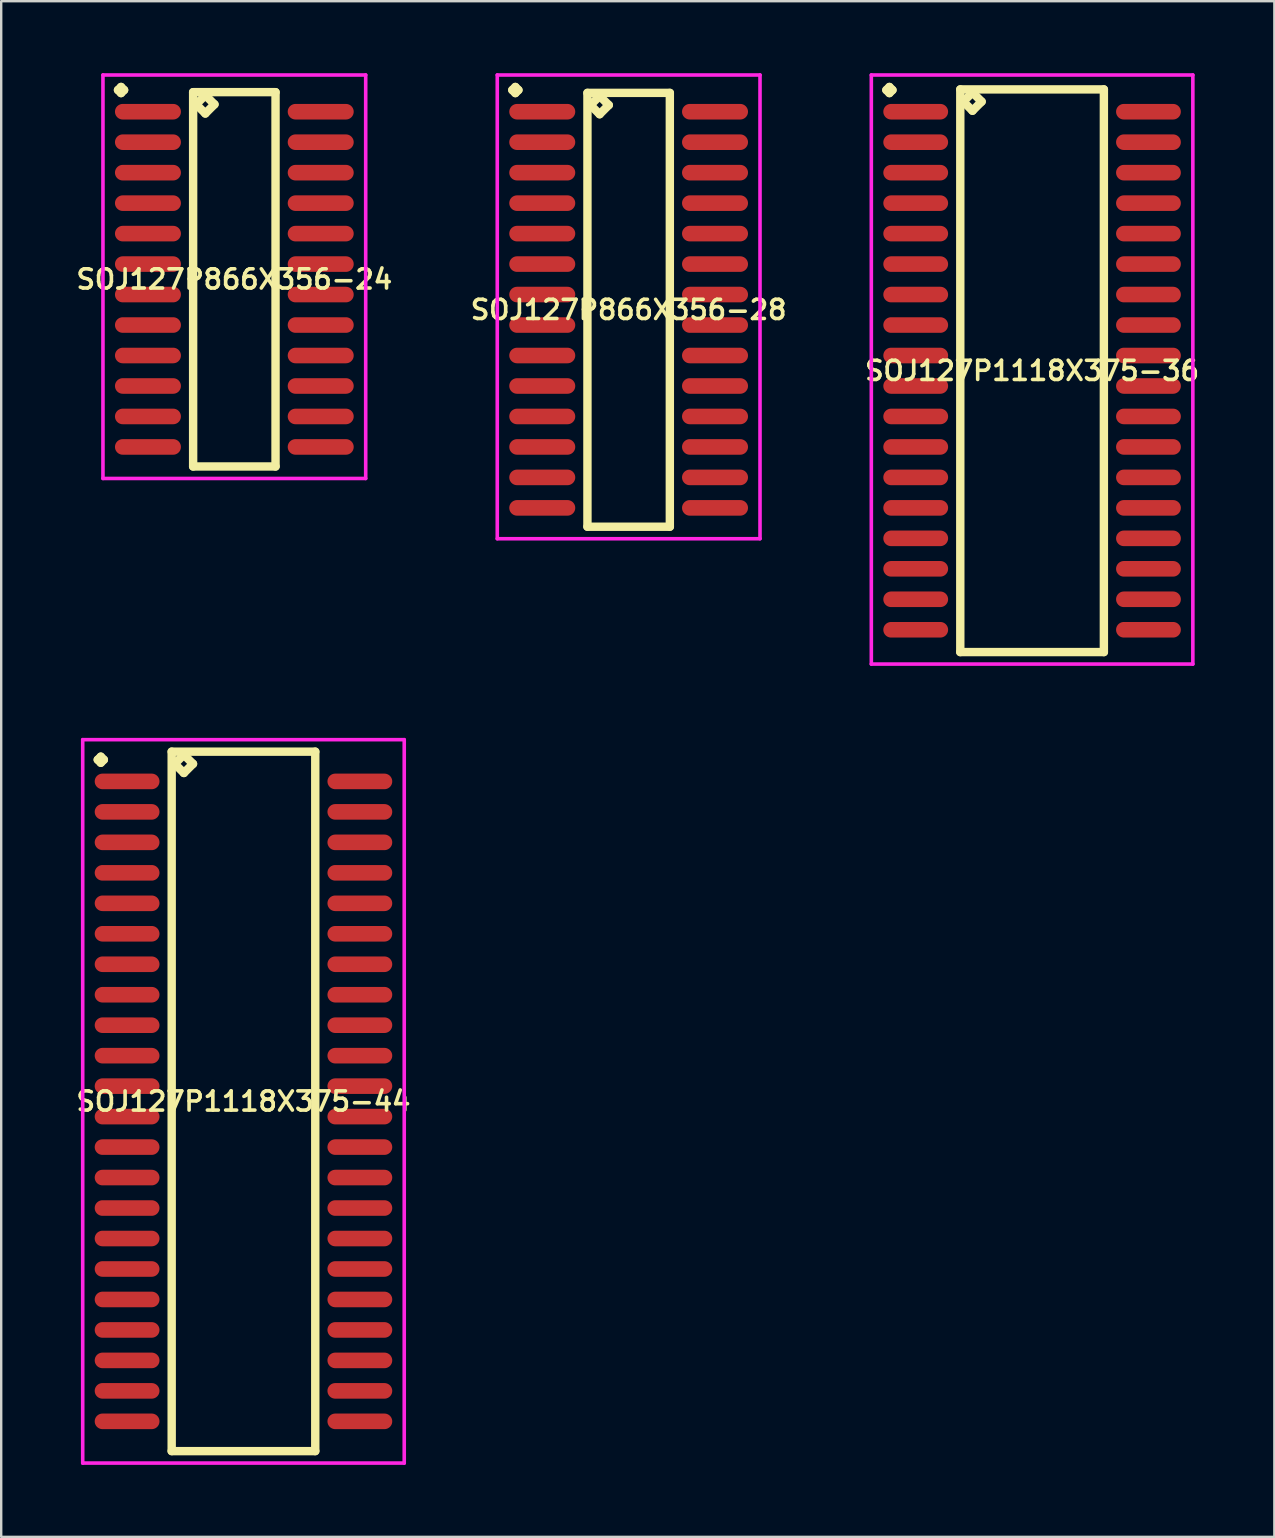
<source format=kicad_pcb>
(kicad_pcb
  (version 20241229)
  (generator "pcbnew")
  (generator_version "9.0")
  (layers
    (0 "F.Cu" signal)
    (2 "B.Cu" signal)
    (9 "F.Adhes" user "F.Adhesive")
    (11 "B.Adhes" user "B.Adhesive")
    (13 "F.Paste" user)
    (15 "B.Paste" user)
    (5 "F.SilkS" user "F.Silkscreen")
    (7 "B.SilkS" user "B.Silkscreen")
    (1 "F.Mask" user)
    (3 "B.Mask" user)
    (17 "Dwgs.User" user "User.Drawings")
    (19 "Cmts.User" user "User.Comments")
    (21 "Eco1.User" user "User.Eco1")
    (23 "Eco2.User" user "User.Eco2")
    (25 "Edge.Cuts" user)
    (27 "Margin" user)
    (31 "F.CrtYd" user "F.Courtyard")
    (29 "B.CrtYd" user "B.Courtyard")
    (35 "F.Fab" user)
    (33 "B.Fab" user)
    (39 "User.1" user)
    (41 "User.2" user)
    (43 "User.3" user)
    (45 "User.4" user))
  (footprint "SOJ127P1118X375-44"
    (layer "F.Cu")
    (at 7.097 42.851)
    (property "Reference" "SOJ127P1118X375-44" (at 0 0 0) (layer "F.SilkS") (effects (font (size 0.8 0.8) (thickness 0.15))))
    (attr smd)
    (fp_line (start -6.073 -14.239) (end -5.946 -14.366) (stroke (width 0.35) (type solid)) (layer "F.SilkS"))
    (fp_line (start -5.946 -14.366) (end -5.819 -14.239) (stroke (width 0.35) (type solid)) (layer "F.SilkS"))
    (fp_line (start -5.946 -14.112) (end -6.073 -14.239) (stroke (width 0.35) (type solid)) (layer "F.SilkS"))
    (fp_line (start -5.819 -14.239) (end -5.946 -14.112) (stroke (width 0.35) (type solid)) (layer "F.SilkS"))
    (fp_line (start -2.992 -14.575) (end -2.992 14.575) (stroke (width 0.35) (type solid)) (layer "F.SilkS"))
    (fp_line (start -2.992 14.575) (end 2.992 14.575) (stroke (width 0.35) (type solid)) (layer "F.SilkS"))
    (fp_line (start -2.865 -14.067) (end -2.484 -14.448) (stroke (width 0.35) (type solid)) (layer "F.SilkS"))
    (fp_line (start -2.484 -14.448) (end -2.103 -14.067) (stroke (width 0.35) (type solid)) (layer "F.SilkS"))
    (fp_line (start -2.484 -13.686) (end -2.865 -14.067) (stroke (width 0.35) (type solid)) (layer "F.SilkS"))
    (fp_line (start -2.103 -14.067) (end -2.484 -13.686) (stroke (width 0.35) (type solid)) (layer "F.SilkS"))
    (fp_line (start 2.992 -14.575) (end -2.992 -14.575) (stroke (width 0.35) (type solid)) (layer "F.SilkS"))
    (fp_line (start 2.992 14.575) (end 2.992 -14.575) (stroke (width 0.35) (type solid)) (layer "F.SilkS"))
    (fp_line (start -6.7 -15.075) (end 6.7 -15.075) (stroke (width 0.15) (type solid)) (layer "F.CrtYd"))
    (fp_line (start -6.7 15.075) (end -6.7 -15.075) (stroke (width 0.15) (type solid)) (layer "F.CrtYd"))
    (fp_line (start 6.7 -15.075) (end 6.7 15.075) (stroke (width 0.15) (type solid)) (layer "F.CrtYd"))
    (fp_line (start 6.7 15.075) (end -6.7 15.075) (stroke (width 0.15) (type solid)) (layer "F.CrtYd"))
    (pad "1" smd oval (at -4.85 -13.335) (size 2.7 0.65) (layers "F.Cu" "F.Mask" "F.Paste"))
    (pad "2" smd oval (at -4.85 -12.065) (size 2.7 0.65) (layers "F.Cu" "F.Mask" "F.Paste"))
    (pad "3" smd oval (at -4.85 -10.795) (size 2.7 0.65) (layers "F.Cu" "F.Mask" "F.Paste"))
    (pad "4" smd oval (at -4.85 -9.525) (size 2.7 0.65) (layers "F.Cu" "F.Mask" "F.Paste"))
    (pad "5" smd oval (at -4.85 -8.255) (size 2.7 0.65) (layers "F.Cu" "F.Mask" "F.Paste"))
    (pad "6" smd oval (at -4.85 -6.985) (size 2.7 0.65) (layers "F.Cu" "F.Mask" "F.Paste"))
    (pad "7" smd oval (at -4.85 -5.715) (size 2.7 0.65) (layers "F.Cu" "F.Mask" "F.Paste"))
    (pad "8" smd oval (at -4.85 -4.445) (size 2.7 0.65) (layers "F.Cu" "F.Mask" "F.Paste"))
    (pad "9" smd oval (at -4.85 -3.175) (size 2.7 0.65) (layers "F.Cu" "F.Mask" "F.Paste"))
    (pad "10" smd oval (at -4.85 -1.905) (size 2.7 0.65) (layers "F.Cu" "F.Mask" "F.Paste"))
    (pad "11" smd oval (at -4.85 -0.635) (size 2.7 0.65) (layers "F.Cu" "F.Mask" "F.Paste"))
    (pad "12" smd oval (at -4.85 0.635) (size 2.7 0.65) (layers "F.Cu" "F.Mask" "F.Paste"))
    (pad "13" smd oval (at -4.85 1.905) (size 2.7 0.65) (layers "F.Cu" "F.Mask" "F.Paste"))
    (pad "14" smd oval (at -4.85 3.175) (size 2.7 0.65) (layers "F.Cu" "F.Mask" "F.Paste"))
    (pad "15" smd oval (at -4.85 4.445) (size 2.7 0.65) (layers "F.Cu" "F.Mask" "F.Paste"))
    (pad "16" smd oval (at -4.85 5.715) (size 2.7 0.65) (layers "F.Cu" "F.Mask" "F.Paste"))
    (pad "17" smd oval (at -4.85 6.985) (size 2.7 0.65) (layers "F.Cu" "F.Mask" "F.Paste"))
    (pad "18" smd oval (at -4.85 8.255) (size 2.7 0.65) (layers "F.Cu" "F.Mask" "F.Paste"))
    (pad "19" smd oval (at -4.85 9.525) (size 2.7 0.65) (layers "F.Cu" "F.Mask" "F.Paste"))
    (pad "20" smd oval (at -4.85 10.795) (size 2.7 0.65) (layers "F.Cu" "F.Mask" "F.Paste"))
    (pad "21" smd oval (at -4.85 12.065) (size 2.7 0.65) (layers "F.Cu" "F.Mask" "F.Paste"))
    (pad "22" smd oval (at -4.85 13.335) (size 2.7 0.65) (layers "F.Cu" "F.Mask" "F.Paste"))
    (pad "23" smd oval (at 4.85 13.335) (size 2.7 0.65) (layers "F.Cu" "F.Mask" "F.Paste"))
    (pad "24" smd oval (at 4.85 12.065) (size 2.7 0.65) (layers "F.Cu" "F.Mask" "F.Paste"))
    (pad "25" smd oval (at 4.85 10.795) (size 2.7 0.65) (layers "F.Cu" "F.Mask" "F.Paste"))
    (pad "26" smd oval (at 4.85 9.525) (size 2.7 0.65) (layers "F.Cu" "F.Mask" "F.Paste"))
    (pad "27" smd oval (at 4.85 8.255) (size 2.7 0.65) (layers "F.Cu" "F.Mask" "F.Paste"))
    (pad "28" smd oval (at 4.85 6.985) (size 2.7 0.65) (layers "F.Cu" "F.Mask" "F.Paste"))
    (pad "29" smd oval (at 4.85 5.715) (size 2.7 0.65) (layers "F.Cu" "F.Mask" "F.Paste"))
    (pad "30" smd oval (at 4.85 4.445) (size 2.7 0.65) (layers "F.Cu" "F.Mask" "F.Paste"))
    (pad "31" smd oval (at 4.85 3.175) (size 2.7 0.65) (layers "F.Cu" "F.Mask" "F.Paste"))
    (pad "32" smd oval (at 4.85 1.905) (size 2.7 0.65) (layers "F.Cu" "F.Mask" "F.Paste"))
    (pad "33" smd oval (at 4.85 0.635) (size 2.7 0.65) (layers "F.Cu" "F.Mask" "F.Paste"))
    (pad "34" smd oval (at 4.85 -0.635) (size 2.7 0.65) (layers "F.Cu" "F.Mask" "F.Paste"))
    (pad "35" smd oval (at 4.85 -1.905) (size 2.7 0.65) (layers "F.Cu" "F.Mask" "F.Paste"))
    (pad "36" smd oval (at 4.85 -3.175) (size 2.7 0.65) (layers "F.Cu" "F.Mask" "F.Paste"))
    (pad "37" smd oval (at 4.85 -4.445) (size 2.7 0.65) (layers "F.Cu" "F.Mask" "F.Paste"))
    (pad "38" smd oval (at 4.85 -5.715) (size 2.7 0.65) (layers "F.Cu" "F.Mask" "F.Paste"))
    (pad "39" smd oval (at 4.85 -6.985) (size 2.7 0.65) (layers "F.Cu" "F.Mask" "F.Paste"))
    (pad "40" smd oval (at 4.85 -8.255) (size 2.7 0.65) (layers "F.Cu" "F.Mask" "F.Paste"))
    (pad "41" smd oval (at 4.85 -9.525) (size 2.7 0.65) (layers "F.Cu" "F.Mask" "F.Paste"))
    (pad "42" smd oval (at 4.85 -10.795) (size 2.7 0.65) (layers "F.Cu" "F.Mask" "F.Paste"))
    (pad "43" smd oval (at 4.85 -12.065) (size 2.7 0.65) (layers "F.Cu" "F.Mask" "F.Paste"))
    (pad "44" smd oval (at 4.85 -13.335) (size 2.7 0.65) (layers "F.Cu" "F.Mask" "F.Paste")))
  (footprint "SOJ127P866X356-28"
    (layer "F.Cu")
    (at 23.149 9.861)
    (property "Reference" "SOJ127P866X356-28" (at 0 0 0) (layer "F.SilkS") (effects (font (size 0.8 0.8) (thickness 0.15))))
    (attr smd)
    (fp_line (start -4.848 -9.159) (end -4.721 -9.286) (stroke (width 0.35) (type solid)) (layer "F.SilkS"))
    (fp_line (start -4.721 -9.286) (end -4.594 -9.159) (stroke (width 0.35) (type solid)) (layer "F.SilkS"))
    (fp_line (start -4.721 -9.032) (end -4.848 -9.159) (stroke (width 0.35) (type solid)) (layer "F.SilkS"))
    (fp_line (start -4.594 -9.159) (end -4.721 -9.032) (stroke (width 0.35) (type solid)) (layer "F.SilkS"))
    (fp_line (start -1.717 -9.04) (end -1.717 9.04) (stroke (width 0.35) (type solid)) (layer "F.SilkS"))
    (fp_line (start -1.717 9.04) (end 1.717 9.04) (stroke (width 0.35) (type solid)) (layer "F.SilkS"))
    (fp_line (start -1.59 -8.532) (end -1.209 -8.913) (stroke (width 0.35) (type solid)) (layer "F.SilkS"))
    (fp_line (start -1.209 -8.913) (end -0.828 -8.532) (stroke (width 0.35) (type solid)) (layer "F.SilkS"))
    (fp_line (start -1.209 -8.151) (end -1.59 -8.532) (stroke (width 0.35) (type solid)) (layer "F.SilkS"))
    (fp_line (start -0.828 -8.532) (end -1.209 -8.151) (stroke (width 0.35) (type solid)) (layer "F.SilkS"))
    (fp_line (start 1.717 -9.04) (end -1.717 -9.04) (stroke (width 0.35) (type solid)) (layer "F.SilkS"))
    (fp_line (start 1.717 9.04) (end 1.717 -9.04) (stroke (width 0.35) (type solid)) (layer "F.SilkS"))
    (fp_line (start -5.475 -9.786) (end 5.475 -9.786) (stroke (width 0.15) (type solid)) (layer "F.CrtYd"))
    (fp_line (start -5.475 9.54) (end -5.475 -9.786) (stroke (width 0.15) (type solid)) (layer "F.CrtYd"))
    (fp_line (start 5.475 -9.786) (end 5.475 9.54) (stroke (width 0.15) (type solid)) (layer "F.CrtYd"))
    (fp_line (start 5.475 9.54) (end -5.475 9.54) (stroke (width 0.15) (type solid)) (layer "F.CrtYd"))
    (pad "1" smd oval (at -3.6 -8.255) (size 2.75 0.65) (layers "F.Cu" "F.Mask" "F.Paste"))
    (pad "2" smd oval (at -3.6 -6.985) (size 2.75 0.65) (layers "F.Cu" "F.Mask" "F.Paste"))
    (pad "3" smd oval (at -3.6 -5.715) (size 2.75 0.65) (layers "F.Cu" "F.Mask" "F.Paste"))
    (pad "4" smd oval (at -3.6 -4.445) (size 2.75 0.65) (layers "F.Cu" "F.Mask" "F.Paste"))
    (pad "5" smd oval (at -3.6 -3.175) (size 2.75 0.65) (layers "F.Cu" "F.Mask" "F.Paste"))
    (pad "6" smd oval (at -3.6 -1.905) (size 2.75 0.65) (layers "F.Cu" "F.Mask" "F.Paste"))
    (pad "7" smd oval (at -3.6 -0.635) (size 2.75 0.65) (layers "F.Cu" "F.Mask" "F.Paste"))
    (pad "8" smd oval (at -3.6 0.635) (size 2.75 0.65) (layers "F.Cu" "F.Mask" "F.Paste"))
    (pad "9" smd oval (at -3.6 1.905) (size 2.75 0.65) (layers "F.Cu" "F.Mask" "F.Paste"))
    (pad "10" smd oval (at -3.6 3.175) (size 2.75 0.65) (layers "F.Cu" "F.Mask" "F.Paste"))
    (pad "11" smd oval (at -3.6 4.445) (size 2.75 0.65) (layers "F.Cu" "F.Mask" "F.Paste"))
    (pad "12" smd oval (at -3.6 5.715) (size 2.75 0.65) (layers "F.Cu" "F.Mask" "F.Paste"))
    (pad "13" smd oval (at -3.6 6.985) (size 2.75 0.65) (layers "F.Cu" "F.Mask" "F.Paste"))
    (pad "14" smd oval (at -3.6 8.255) (size 2.75 0.65) (layers "F.Cu" "F.Mask" "F.Paste"))
    (pad "15" smd oval (at 3.6 8.255) (size 2.75 0.65) (layers "F.Cu" "F.Mask" "F.Paste"))
    (pad "16" smd oval (at 3.6 6.985) (size 2.75 0.65) (layers "F.Cu" "F.Mask" "F.Paste"))
    (pad "17" smd oval (at 3.6 5.715) (size 2.75 0.65) (layers "F.Cu" "F.Mask" "F.Paste"))
    (pad "18" smd oval (at 3.6 4.445) (size 2.75 0.65) (layers "F.Cu" "F.Mask" "F.Paste"))
    (pad "19" smd oval (at 3.6 3.175) (size 2.75 0.65) (layers "F.Cu" "F.Mask" "F.Paste"))
    (pad "20" smd oval (at 3.6 1.905) (size 2.75 0.65) (layers "F.Cu" "F.Mask" "F.Paste"))
    (pad "21" smd oval (at 3.6 0.635) (size 2.75 0.65) (layers "F.Cu" "F.Mask" "F.Paste"))
    (pad "22" smd oval (at 3.6 -0.635) (size 2.75 0.65) (layers "F.Cu" "F.Mask" "F.Paste"))
    (pad "23" smd oval (at 3.6 -1.905) (size 2.75 0.65) (layers "F.Cu" "F.Mask" "F.Paste"))
    (pad "24" smd oval (at 3.6 -3.175) (size 2.75 0.65) (layers "F.Cu" "F.Mask" "F.Paste"))
    (pad "25" smd oval (at 3.6 -4.445) (size 2.75 0.65) (layers "F.Cu" "F.Mask" "F.Paste"))
    (pad "26" smd oval (at 3.6 -5.715) (size 2.75 0.65) (layers "F.Cu" "F.Mask" "F.Paste"))
    (pad "27" smd oval (at 3.6 -6.985) (size 2.75 0.65) (layers "F.Cu" "F.Mask" "F.Paste"))
    (pad "28" smd oval (at 3.6 -8.255) (size 2.75 0.65) (layers "F.Cu" "F.Mask" "F.Paste")))
  (footprint "SOJ127P866X356-24"
    (layer "F.Cu")
    (at 6.716 8.591)
    (property "Reference" "SOJ127P866X356-24" (at 0 0 0) (layer "F.SilkS") (effects (font (size 0.8 0.8) (thickness 0.15))))
    (attr smd)
    (fp_line (start -4.848 -7.889) (end -4.721 -8.016) (stroke (width 0.35) (type solid)) (layer "F.SilkS"))
    (fp_line (start -4.721 -8.016) (end -4.594 -7.889) (stroke (width 0.35) (type solid)) (layer "F.SilkS"))
    (fp_line (start -4.721 -7.762) (end -4.848 -7.889) (stroke (width 0.35) (type solid)) (layer "F.SilkS"))
    (fp_line (start -4.594 -7.889) (end -4.721 -7.762) (stroke (width 0.35) (type solid)) (layer "F.SilkS"))
    (fp_line (start -1.717 -7.8) (end -1.717 7.8) (stroke (width 0.35) (type solid)) (layer "F.SilkS"))
    (fp_line (start -1.717 7.8) (end 1.717 7.8) (stroke (width 0.35) (type solid)) (layer "F.SilkS"))
    (fp_line (start -1.59 -7.292) (end -1.209 -7.673) (stroke (width 0.35) (type solid)) (layer "F.SilkS"))
    (fp_line (start -1.209 -7.673) (end -0.828 -7.292) (stroke (width 0.35) (type solid)) (layer "F.SilkS"))
    (fp_line (start -1.209 -6.911) (end -1.59 -7.292) (stroke (width 0.35) (type solid)) (layer "F.SilkS"))
    (fp_line (start -0.828 -7.292) (end -1.209 -6.911) (stroke (width 0.35) (type solid)) (layer "F.SilkS"))
    (fp_line (start 1.717 -7.8) (end -1.717 -7.8) (stroke (width 0.35) (type solid)) (layer "F.SilkS"))
    (fp_line (start 1.717 7.8) (end 1.717 -7.8) (stroke (width 0.35) (type solid)) (layer "F.SilkS"))
    (fp_line (start -5.475 -8.516) (end 5.475 -8.516) (stroke (width 0.15) (type solid)) (layer "F.CrtYd"))
    (fp_line (start -5.475 8.3) (end -5.475 -8.516) (stroke (width 0.15) (type solid)) (layer "F.CrtYd"))
    (fp_line (start 5.475 -8.516) (end 5.475 8.3) (stroke (width 0.15) (type solid)) (layer "F.CrtYd"))
    (fp_line (start 5.475 8.3) (end -5.475 8.3) (stroke (width 0.15) (type solid)) (layer "F.CrtYd"))
    (pad "1" smd oval (at -3.6 -6.985) (size 2.75 0.65) (layers "F.Cu" "F.Mask" "F.Paste"))
    (pad "2" smd oval (at -3.6 -5.715) (size 2.75 0.65) (layers "F.Cu" "F.Mask" "F.Paste"))
    (pad "3" smd oval (at -3.6 -4.445) (size 2.75 0.65) (layers "F.Cu" "F.Mask" "F.Paste"))
    (pad "4" smd oval (at -3.6 -3.175) (size 2.75 0.65) (layers "F.Cu" "F.Mask" "F.Paste"))
    (pad "5" smd oval (at -3.6 -1.905) (size 2.75 0.65) (layers "F.Cu" "F.Mask" "F.Paste"))
    (pad "6" smd oval (at -3.6 -0.635) (size 2.75 0.65) (layers "F.Cu" "F.Mask" "F.Paste"))
    (pad "7" smd oval (at -3.6 0.635) (size 2.75 0.65) (layers "F.Cu" "F.Mask" "F.Paste"))
    (pad "8" smd oval (at -3.6 1.905) (size 2.75 0.65) (layers "F.Cu" "F.Mask" "F.Paste"))
    (pad "9" smd oval (at -3.6 3.175) (size 2.75 0.65) (layers "F.Cu" "F.Mask" "F.Paste"))
    (pad "10" smd oval (at -3.6 4.445) (size 2.75 0.65) (layers "F.Cu" "F.Mask" "F.Paste"))
    (pad "11" smd oval (at -3.6 5.715) (size 2.75 0.65) (layers "F.Cu" "F.Mask" "F.Paste"))
    (pad "12" smd oval (at -3.6 6.985) (size 2.75 0.65) (layers "F.Cu" "F.Mask" "F.Paste"))
    (pad "13" smd oval (at 3.6 6.985) (size 2.75 0.65) (layers "F.Cu" "F.Mask" "F.Paste"))
    (pad "14" smd oval (at 3.6 5.715) (size 2.75 0.65) (layers "F.Cu" "F.Mask" "F.Paste"))
    (pad "15" smd oval (at 3.6 4.445) (size 2.75 0.65) (layers "F.Cu" "F.Mask" "F.Paste"))
    (pad "16" smd oval (at 3.6 3.175) (size 2.75 0.65) (layers "F.Cu" "F.Mask" "F.Paste"))
    (pad "17" smd oval (at 3.6 1.905) (size 2.75 0.65) (layers "F.Cu" "F.Mask" "F.Paste"))
    (pad "18" smd oval (at 3.6 0.635) (size 2.75 0.65) (layers "F.Cu" "F.Mask" "F.Paste"))
    (pad "19" smd oval (at 3.6 -0.635) (size 2.75 0.65) (layers "F.Cu" "F.Mask" "F.Paste"))
    (pad "20" smd oval (at 3.6 -1.905) (size 2.75 0.65) (layers "F.Cu" "F.Mask" "F.Paste"))
    (pad "21" smd oval (at 3.6 -3.175) (size 2.75 0.65) (layers "F.Cu" "F.Mask" "F.Paste"))
    (pad "22" smd oval (at 3.6 -4.445) (size 2.75 0.65) (layers "F.Cu" "F.Mask" "F.Paste"))
    (pad "23" smd oval (at 3.6 -5.715) (size 2.75 0.65) (layers "F.Cu" "F.Mask" "F.Paste"))
    (pad "24" smd oval (at 3.6 -6.985) (size 2.75 0.65) (layers "F.Cu" "F.Mask" "F.Paste")))
  (footprint "SOJ127P1118X375-36"
    (layer "F.Cu")
    (at 39.963 12.401)
    (property "Reference" "SOJ127P1118X375-36" (at 0 0 0) (layer "F.SilkS") (effects (font (size 0.8 0.8) (thickness 0.15))))
    (attr smd)
    (fp_line (start -6.073 -11.699) (end -5.946 -11.826) (stroke (width 0.35) (type solid)) (layer "F.SilkS"))
    (fp_line (start -5.946 -11.826) (end -5.819 -11.699) (stroke (width 0.35) (type solid)) (layer "F.SilkS"))
    (fp_line (start -5.946 -11.572) (end -6.073 -11.699) (stroke (width 0.35) (type solid)) (layer "F.SilkS"))
    (fp_line (start -5.819 -11.699) (end -5.946 -11.572) (stroke (width 0.35) (type solid)) (layer "F.SilkS"))
    (fp_line (start -2.992 -11.725) (end -2.992 11.725) (stroke (width 0.35) (type solid)) (layer "F.SilkS"))
    (fp_line (start -2.992 11.725) (end 2.992 11.725) (stroke (width 0.35) (type solid)) (layer "F.SilkS"))
    (fp_line (start -2.865 -11.217) (end -2.484 -11.598) (stroke (width 0.35) (type solid)) (layer "F.SilkS"))
    (fp_line (start -2.484 -11.598) (end -2.103 -11.217) (stroke (width 0.35) (type solid)) (layer "F.SilkS"))
    (fp_line (start -2.484 -10.836) (end -2.865 -11.217) (stroke (width 0.35) (type solid)) (layer "F.SilkS"))
    (fp_line (start -2.103 -11.217) (end -2.484 -10.836) (stroke (width 0.35) (type solid)) (layer "F.SilkS"))
    (fp_line (start 2.992 -11.725) (end -2.992 -11.725) (stroke (width 0.35) (type solid)) (layer "F.SilkS"))
    (fp_line (start 2.992 11.725) (end 2.992 -11.725) (stroke (width 0.35) (type solid)) (layer "F.SilkS"))
    (fp_line (start -6.7 -12.326) (end 6.7 -12.326) (stroke (width 0.15) (type solid)) (layer "F.CrtYd"))
    (fp_line (start -6.7 12.225) (end -6.7 -12.326) (stroke (width 0.15) (type solid)) (layer "F.CrtYd"))
    (fp_line (start 6.7 -12.326) (end 6.7 12.225) (stroke (width 0.15) (type solid)) (layer "F.CrtYd"))
    (fp_line (start 6.7 12.225) (end -6.7 12.225) (stroke (width 0.15) (type solid)) (layer "F.CrtYd"))
    (pad "1" smd oval (at -4.85 -10.795) (size 2.7 0.65) (layers "F.Cu" "F.Mask" "F.Paste"))
    (pad "2" smd oval (at -4.85 -9.525) (size 2.7 0.65) (layers "F.Cu" "F.Mask" "F.Paste"))
    (pad "3" smd oval (at -4.85 -8.255) (size 2.7 0.65) (layers "F.Cu" "F.Mask" "F.Paste"))
    (pad "4" smd oval (at -4.85 -6.985) (size 2.7 0.65) (layers "F.Cu" "F.Mask" "F.Paste"))
    (pad "5" smd oval (at -4.85 -5.715) (size 2.7 0.65) (layers "F.Cu" "F.Mask" "F.Paste"))
    (pad "6" smd oval (at -4.85 -4.445) (size 2.7 0.65) (layers "F.Cu" "F.Mask" "F.Paste"))
    (pad "7" smd oval (at -4.85 -3.175) (size 2.7 0.65) (layers "F.Cu" "F.Mask" "F.Paste"))
    (pad "8" smd oval (at -4.85 -1.905) (size 2.7 0.65) (layers "F.Cu" "F.Mask" "F.Paste"))
    (pad "9" smd oval (at -4.85 -0.635) (size 2.7 0.65) (layers "F.Cu" "F.Mask" "F.Paste"))
    (pad "10" smd oval (at -4.85 0.635) (size 2.7 0.65) (layers "F.Cu" "F.Mask" "F.Paste"))
    (pad "11" smd oval (at -4.85 1.905) (size 2.7 0.65) (layers "F.Cu" "F.Mask" "F.Paste"))
    (pad "12" smd oval (at -4.85 3.175) (size 2.7 0.65) (layers "F.Cu" "F.Mask" "F.Paste"))
    (pad "13" smd oval (at -4.85 4.445) (size 2.7 0.65) (layers "F.Cu" "F.Mask" "F.Paste"))
    (pad "14" smd oval (at -4.85 5.715) (size 2.7 0.65) (layers "F.Cu" "F.Mask" "F.Paste"))
    (pad "15" smd oval (at -4.85 6.985) (size 2.7 0.65) (layers "F.Cu" "F.Mask" "F.Paste"))
    (pad "16" smd oval (at -4.85 8.255) (size 2.7 0.65) (layers "F.Cu" "F.Mask" "F.Paste"))
    (pad "17" smd oval (at -4.85 9.525) (size 2.7 0.65) (layers "F.Cu" "F.Mask" "F.Paste"))
    (pad "18" smd oval (at -4.85 10.795) (size 2.7 0.65) (layers "F.Cu" "F.Mask" "F.Paste"))
    (pad "19" smd oval (at 4.85 10.795) (size 2.7 0.65) (layers "F.Cu" "F.Mask" "F.Paste"))
    (pad "20" smd oval (at 4.85 9.525) (size 2.7 0.65) (layers "F.Cu" "F.Mask" "F.Paste"))
    (pad "21" smd oval (at 4.85 8.255) (size 2.7 0.65) (layers "F.Cu" "F.Mask" "F.Paste"))
    (pad "22" smd oval (at 4.85 6.985) (size 2.7 0.65) (layers "F.Cu" "F.Mask" "F.Paste"))
    (pad "23" smd oval (at 4.85 5.715) (size 2.7 0.65) (layers "F.Cu" "F.Mask" "F.Paste"))
    (pad "24" smd oval (at 4.85 4.445) (size 2.7 0.65) (layers "F.Cu" "F.Mask" "F.Paste"))
    (pad "25" smd oval (at 4.85 3.175) (size 2.7 0.65) (layers "F.Cu" "F.Mask" "F.Paste"))
    (pad "26" smd oval (at 4.85 1.905) (size 2.7 0.65) (layers "F.Cu" "F.Mask" "F.Paste"))
    (pad "27" smd oval (at 4.85 0.635) (size 2.7 0.65) (layers "F.Cu" "F.Mask" "F.Paste"))
    (pad "28" smd oval (at 4.85 -0.635) (size 2.7 0.65) (layers "F.Cu" "F.Mask" "F.Paste"))
    (pad "29" smd oval (at 4.85 -1.905) (size 2.7 0.65) (layers "F.Cu" "F.Mask" "F.Paste"))
    (pad "30" smd oval (at 4.85 -3.175) (size 2.7 0.65) (layers "F.Cu" "F.Mask" "F.Paste"))
    (pad "31" smd oval (at 4.85 -4.445) (size 2.7 0.65) (layers "F.Cu" "F.Mask" "F.Paste"))
    (pad "32" smd oval (at 4.85 -5.715) (size 2.7 0.65) (layers "F.Cu" "F.Mask" "F.Paste"))
    (pad "33" smd oval (at 4.85 -6.985) (size 2.7 0.65) (layers "F.Cu" "F.Mask" "F.Paste"))
    (pad "34" smd oval (at 4.85 -8.255) (size 2.7 0.65) (layers "F.Cu" "F.Mask" "F.Paste"))
    (pad "35" smd oval (at 4.85 -9.525) (size 2.7 0.65) (layers "F.Cu" "F.Mask" "F.Paste"))
    (pad "36" smd oval (at 4.85 -10.795) (size 2.7 0.65) (layers "F.Cu" "F.Mask" "F.Paste")))
  (gr_rect
    (start -3 -3)
    (end 50.06 61.001)
    (stroke (width 0.1) (type default))
    (fill no)
    (layer "Edge.Cuts")))
</source>
